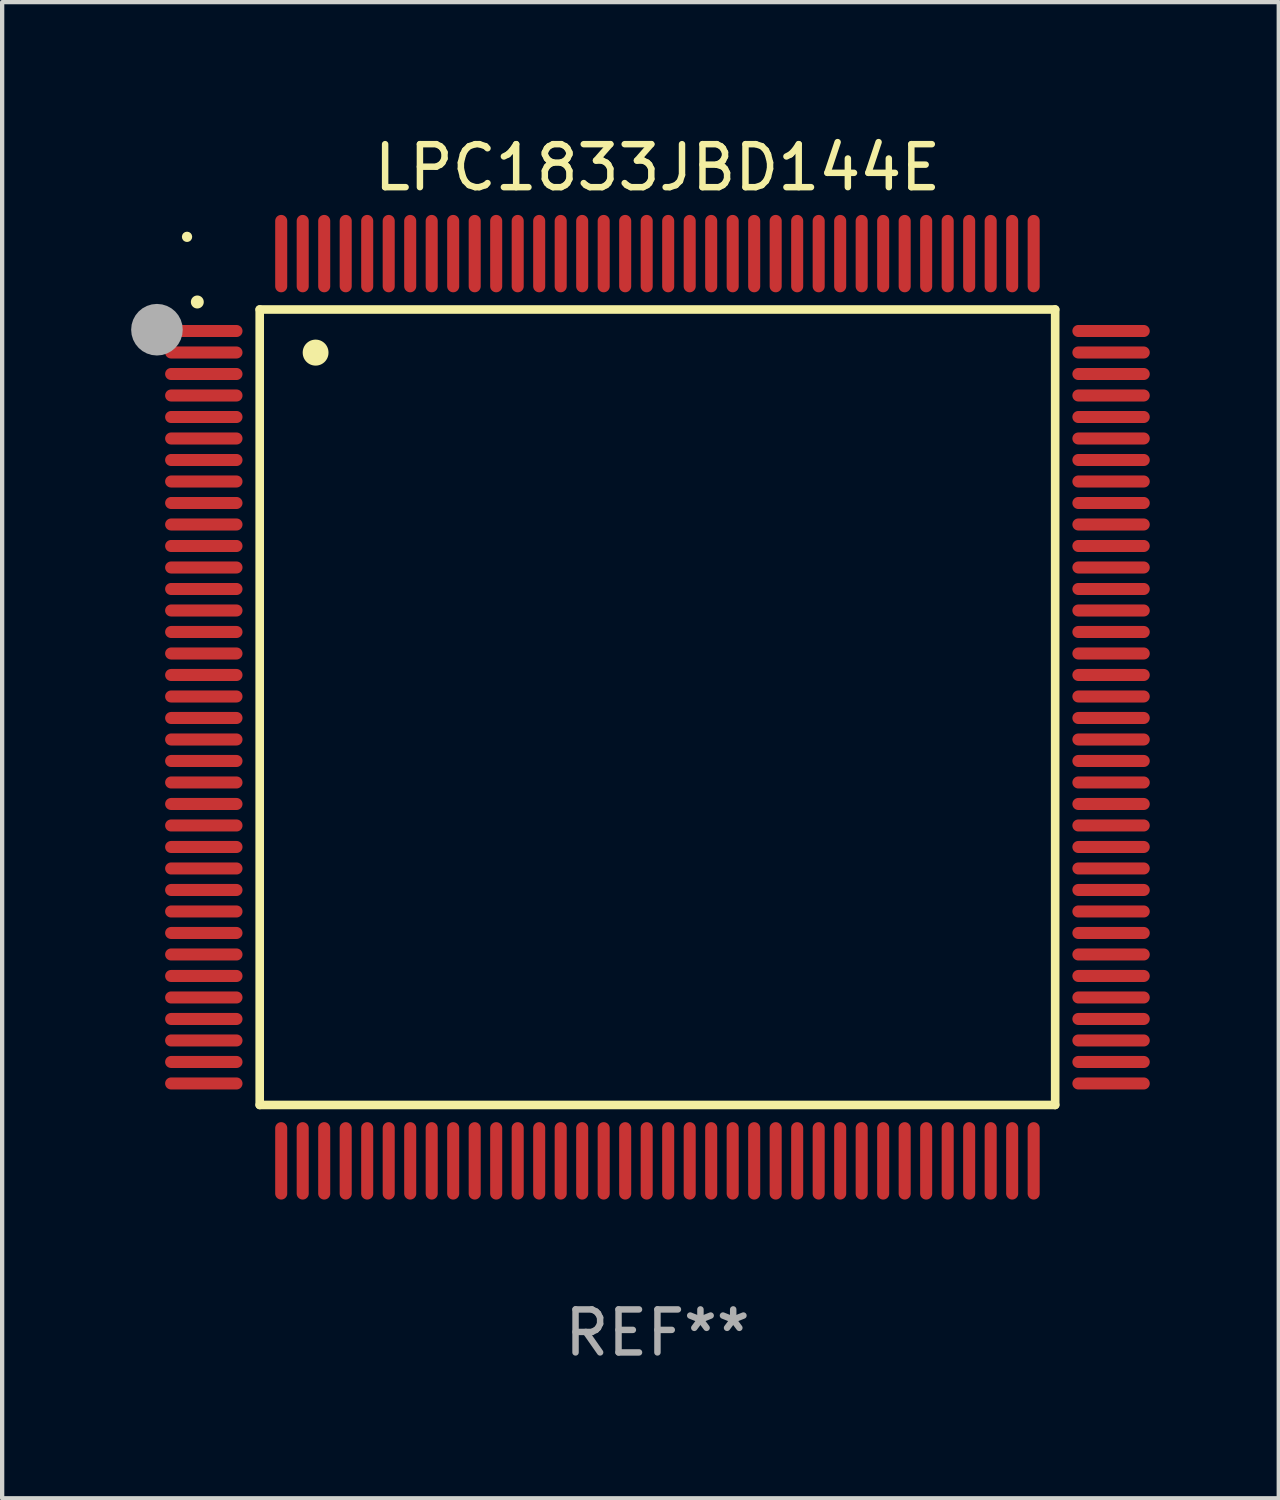
<source format=kicad_pcb>
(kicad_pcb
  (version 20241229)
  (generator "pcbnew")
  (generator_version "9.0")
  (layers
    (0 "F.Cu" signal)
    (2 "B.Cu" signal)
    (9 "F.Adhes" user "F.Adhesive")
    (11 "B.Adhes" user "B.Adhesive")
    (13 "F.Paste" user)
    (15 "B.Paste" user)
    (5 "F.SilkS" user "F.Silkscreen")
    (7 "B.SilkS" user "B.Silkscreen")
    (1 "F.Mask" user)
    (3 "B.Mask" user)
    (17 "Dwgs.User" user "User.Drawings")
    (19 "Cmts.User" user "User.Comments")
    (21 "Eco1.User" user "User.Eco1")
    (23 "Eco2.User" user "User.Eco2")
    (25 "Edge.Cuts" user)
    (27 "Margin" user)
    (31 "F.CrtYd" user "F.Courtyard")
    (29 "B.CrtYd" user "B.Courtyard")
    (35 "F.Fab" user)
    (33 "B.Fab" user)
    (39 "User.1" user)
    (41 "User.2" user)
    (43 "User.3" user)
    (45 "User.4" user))
  (footprint "LPC1833JBD144E"
    (layer "F.Cu")
    (at 12.24 13.398)
    (property "Reference" "LPC1833JBD144E" (at 0 -12.55 0) (layer "F.SilkS") (effects (font (size 1 1) (thickness 0.15))))
    (attr through_hole)
    (fp_line (start -9.25 -9.25) (end 9.25 -9.25) (stroke (width 0.2) (type solid)) (layer "F.SilkS"))
    (fp_line (start -9.25 9.25) (end -9.25 -9.25) (stroke (width 0.2) (type solid)) (layer "F.SilkS"))
    (fp_line (start 9.25 -9.25) (end 9.25 9.25) (stroke (width 0.2) (type solid)) (layer "F.SilkS"))
    (fp_line (start 9.25 9.25) (end -9.25 9.25) (stroke (width 0.2) (type solid)) (layer "F.SilkS"))
    (fp_arc (start -10.701041 -9.423419) (mid -10.701046 -9.424689) (end -10.701041 -9.425959) (stroke (width 0.3) (type solid)) (layer "F.SilkS"))
    (fp_arc (start -7.950216 -8.244856) (mid -7.950227 -8.247396) (end -7.950216 -8.249936) (stroke (width 0.6) (type solid)) (layer "F.SilkS"))
    (fp_circle (center -10.94 -10.94) (end -10.88 -10.94) (stroke (width 0.12) (type solid)) (fill no) (layer "F.SilkS"))
    (fp_circle (center -11.64 -8.78) (end -11.34 -8.78) (stroke (width 0.6) (type solid)) (fill no) (layer "F.Fab"))
    (fp_text user "REF**" (at 0 14.55 0) (layer "F.Fab") (effects (font (size 1 1) (thickness 0.15))))
    (pad "1" smd oval (at -10.55 -8.75 90) (size 0.28 1.8) (layers "F.Cu" "F.Mask" "F.Paste"))
    (pad "2" smd oval (at -10.55 -8.25 90) (size 0.28 1.8) (layers "F.Cu" "F.Mask" "F.Paste"))
    (pad "3" smd oval (at -10.55 -7.75 90) (size 0.28 1.8) (layers "F.Cu" "F.Mask" "F.Paste"))
    (pad "4" smd oval (at -10.55 -7.25 90) (size 0.28 1.8) (layers "F.Cu" "F.Mask" "F.Paste"))
    (pad "5" smd oval (at -10.55 -6.75 90) (size 0.28 1.8) (layers "F.Cu" "F.Mask" "F.Paste"))
    (pad "6" smd oval (at -10.55 -6.25 90) (size 0.28 1.8) (layers "F.Cu" "F.Mask" "F.Paste"))
    (pad "7" smd oval (at -10.55 -5.75 90) (size 0.28 1.8) (layers "F.Cu" "F.Mask" "F.Paste"))
    (pad "8" smd oval (at -10.55 -5.25 90) (size 0.28 1.8) (layers "F.Cu" "F.Mask" "F.Paste"))
    (pad "9" smd oval (at -10.55 -4.75 90) (size 0.28 1.8) (layers "F.Cu" "F.Mask" "F.Paste"))
    (pad "10" smd oval (at -10.55 -4.25 90) (size 0.28 1.8) (layers "F.Cu" "F.Mask" "F.Paste"))
    (pad "11" smd oval (at -10.55 -3.75 90) (size 0.28 1.8) (layers "F.Cu" "F.Mask" "F.Paste"))
    (pad "12" smd oval (at -10.55 -3.25 90) (size 0.28 1.8) (layers "F.Cu" "F.Mask" "F.Paste"))
    (pad "13" smd oval (at -10.55 -2.75 90) (size 0.28 1.8) (layers "F.Cu" "F.Mask" "F.Paste"))
    (pad "14" smd oval (at -10.55 -2.25 90) (size 0.28 1.8) (layers "F.Cu" "F.Mask" "F.Paste"))
    (pad "15" smd oval (at -10.55 -1.75 90) (size 0.28 1.8) (layers "F.Cu" "F.Mask" "F.Paste"))
    (pad "16" smd oval (at -10.55 -1.25 90) (size 0.28 1.8) (layers "F.Cu" "F.Mask" "F.Paste"))
    (pad "17" smd oval (at -10.55 -0.75 90) (size 0.28 1.8) (layers "F.Cu" "F.Mask" "F.Paste"))
    (pad "18" smd oval (at -10.55 -0.25 90) (size 0.28 1.8) (layers "F.Cu" "F.Mask" "F.Paste"))
    (pad "19" smd oval (at -10.55 0.25 90) (size 0.28 1.8) (layers "F.Cu" "F.Mask" "F.Paste"))
    (pad "20" smd oval (at -10.55 0.75 90) (size 0.28 1.8) (layers "F.Cu" "F.Mask" "F.Paste"))
    (pad "21" smd oval (at -10.55 1.25 90) (size 0.28 1.8) (layers "F.Cu" "F.Mask" "F.Paste"))
    (pad "22" smd oval (at -10.55 1.75 90) (size 0.28 1.8) (layers "F.Cu" "F.Mask" "F.Paste"))
    (pad "23" smd oval (at -10.55 2.25 90) (size 0.28 1.8) (layers "F.Cu" "F.Mask" "F.Paste"))
    (pad "24" smd oval (at -10.55 2.75 90) (size 0.28 1.8) (layers "F.Cu" "F.Mask" "F.Paste"))
    (pad "25" smd oval (at -10.55 3.25 90) (size 0.28 1.8) (layers "F.Cu" "F.Mask" "F.Paste"))
    (pad "26" smd oval (at -10.55 3.75 90) (size 0.28 1.8) (layers "F.Cu" "F.Mask" "F.Paste"))
    (pad "27" smd oval (at -10.55 4.25 90) (size 0.28 1.8) (layers "F.Cu" "F.Mask" "F.Paste"))
    (pad "28" smd oval (at -10.55 4.75 90) (size 0.28 1.8) (layers "F.Cu" "F.Mask" "F.Paste"))
    (pad "29" smd oval (at -10.55 5.25 90) (size 0.28 1.8) (layers "F.Cu" "F.Mask" "F.Paste"))
    (pad "30" smd oval (at -10.55 5.75 90) (size 0.28 1.8) (layers "F.Cu" "F.Mask" "F.Paste"))
    (pad "31" smd oval (at -10.55 6.25 90) (size 0.28 1.8) (layers "F.Cu" "F.Mask" "F.Paste"))
    (pad "32" smd oval (at -10.55 6.75 90) (size 0.28 1.8) (layers "F.Cu" "F.Mask" "F.Paste"))
    (pad "33" smd oval (at -10.55 7.25 90) (size 0.28 1.8) (layers "F.Cu" "F.Mask" "F.Paste"))
    (pad "34" smd oval (at -10.55 7.75 90) (size 0.28 1.8) (layers "F.Cu" "F.Mask" "F.Paste"))
    (pad "35" smd oval (at -10.55 8.25 90) (size 0.28 1.8) (layers "F.Cu" "F.Mask" "F.Paste"))
    (pad "36" smd oval (at -10.55 8.75 90) (size 0.28 1.8) (layers "F.Cu" "F.Mask" "F.Paste"))
    (pad "37" smd oval (at -8.75 10.55) (size 0.28 1.8) (layers "F.Cu" "F.Mask" "F.Paste"))
    (pad "38" smd oval (at -8.25 10.55) (size 0.28 1.8) (layers "F.Cu" "F.Mask" "F.Paste"))
    (pad "39" smd oval (at -7.75 10.55) (size 0.28 1.8) (layers "F.Cu" "F.Mask" "F.Paste"))
    (pad "40" smd oval (at -7.25 10.55) (size 0.28 1.8) (layers "F.Cu" "F.Mask" "F.Paste"))
    (pad "41" smd oval (at -6.75 10.55) (size 0.28 1.8) (layers "F.Cu" "F.Mask" "F.Paste"))
    (pad "42" smd oval (at -6.25 10.55) (size 0.28 1.8) (layers "F.Cu" "F.Mask" "F.Paste"))
    (pad "43" smd oval (at -5.75 10.55) (size 0.28 1.8) (layers "F.Cu" "F.Mask" "F.Paste"))
    (pad "44" smd oval (at -5.25 10.55) (size 0.28 1.8) (layers "F.Cu" "F.Mask" "F.Paste"))
    (pad "45" smd oval (at -4.75 10.55) (size 0.28 1.8) (layers "F.Cu" "F.Mask" "F.Paste"))
    (pad "46" smd oval (at -4.25 10.55) (size 0.28 1.8) (layers "F.Cu" "F.Mask" "F.Paste"))
    (pad "47" smd oval (at -3.75 10.55) (size 0.28 1.8) (layers "F.Cu" "F.Mask" "F.Paste"))
    (pad "48" smd oval (at -3.25 10.55) (size 0.28 1.8) (layers "F.Cu" "F.Mask" "F.Paste"))
    (pad "49" smd oval (at -2.75 10.55) (size 0.28 1.8) (layers "F.Cu" "F.Mask" "F.Paste"))
    (pad "50" smd oval (at -2.25 10.55) (size 0.28 1.8) (layers "F.Cu" "F.Mask" "F.Paste"))
    (pad "51" smd oval (at -1.75 10.55) (size 0.28 1.8) (layers "F.Cu" "F.Mask" "F.Paste"))
    (pad "52" smd oval (at -1.25 10.55) (size 0.28 1.8) (layers "F.Cu" "F.Mask" "F.Paste"))
    (pad "53" smd oval (at -0.75 10.55) (size 0.28 1.8) (layers "F.Cu" "F.Mask" "F.Paste"))
    (pad "54" smd oval (at -0.25 10.55) (size 0.28 1.8) (layers "F.Cu" "F.Mask" "F.Paste"))
    (pad "55" smd oval (at 0.25 10.55) (size 0.28 1.8) (layers "F.Cu" "F.Mask" "F.Paste"))
    (pad "56" smd oval (at 0.75 10.55) (size 0.28 1.8) (layers "F.Cu" "F.Mask" "F.Paste"))
    (pad "57" smd oval (at 1.25 10.55) (size 0.28 1.8) (layers "F.Cu" "F.Mask" "F.Paste"))
    (pad "58" smd oval (at 1.75 10.55) (size 0.28 1.8) (layers "F.Cu" "F.Mask" "F.Paste"))
    (pad "59" smd oval (at 2.25 10.55) (size 0.28 1.8) (layers "F.Cu" "F.Mask" "F.Paste"))
    (pad "60" smd oval (at 2.75 10.55) (size 0.28 1.8) (layers "F.Cu" "F.Mask" "F.Paste"))
    (pad "61" smd oval (at 3.25 10.55) (size 0.28 1.8) (layers "F.Cu" "F.Mask" "F.Paste"))
    (pad "62" smd oval (at 3.75 10.55) (size 0.28 1.8) (layers "F.Cu" "F.Mask" "F.Paste"))
    (pad "63" smd oval (at 4.25 10.55) (size 0.28 1.8) (layers "F.Cu" "F.Mask" "F.Paste"))
    (pad "64" smd oval (at 4.75 10.55) (size 0.28 1.8) (layers "F.Cu" "F.Mask" "F.Paste"))
    (pad "65" smd oval (at 5.25 10.55) (size 0.28 1.8) (layers "F.Cu" "F.Mask" "F.Paste"))
    (pad "66" smd oval (at 5.75 10.55) (size 0.28 1.8) (layers "F.Cu" "F.Mask" "F.Paste"))
    (pad "67" smd oval (at 6.25 10.55) (size 0.28 1.8) (layers "F.Cu" "F.Mask" "F.Paste"))
    (pad "68" smd oval (at 6.75 10.55) (size 0.28 1.8) (layers "F.Cu" "F.Mask" "F.Paste"))
    (pad "69" smd oval (at 7.25 10.55) (size 0.28 1.8) (layers "F.Cu" "F.Mask" "F.Paste"))
    (pad "70" smd oval (at 7.75 10.55) (size 0.28 1.8) (layers "F.Cu" "F.Mask" "F.Paste"))
    (pad "71" smd oval (at 8.25 10.55) (size 0.28 1.8) (layers "F.Cu" "F.Mask" "F.Paste"))
    (pad "72" smd oval (at 8.75 10.55) (size 0.28 1.8) (layers "F.Cu" "F.Mask" "F.Paste"))
    (pad "73" smd oval (at 10.55 8.75 90) (size 0.28 1.8) (layers "F.Cu" "F.Mask" "F.Paste"))
    (pad "74" smd oval (at 10.55 8.25 90) (size 0.28 1.8) (layers "F.Cu" "F.Mask" "F.Paste"))
    (pad "75" smd oval (at 10.55 7.75 90) (size 0.28 1.8) (layers "F.Cu" "F.Mask" "F.Paste"))
    (pad "76" smd oval (at 10.55 7.25 90) (size 0.28 1.8) (layers "F.Cu" "F.Mask" "F.Paste"))
    (pad "77" smd oval (at 10.55 6.75 90) (size 0.28 1.8) (layers "F.Cu" "F.Mask" "F.Paste"))
    (pad "78" smd oval (at 10.55 6.25 90) (size 0.28 1.8) (layers "F.Cu" "F.Mask" "F.Paste"))
    (pad "79" smd oval (at 10.55 5.75 90) (size 0.28 1.8) (layers "F.Cu" "F.Mask" "F.Paste"))
    (pad "80" smd oval (at 10.55 5.25 90) (size 0.28 1.8) (layers "F.Cu" "F.Mask" "F.Paste"))
    (pad "81" smd oval (at 10.55 4.75 90) (size 0.28 1.8) (layers "F.Cu" "F.Mask" "F.Paste"))
    (pad "82" smd oval (at 10.55 4.25 90) (size 0.28 1.8) (layers "F.Cu" "F.Mask" "F.Paste"))
    (pad "83" smd oval (at 10.55 3.75 90) (size 0.28 1.8) (layers "F.Cu" "F.Mask" "F.Paste"))
    (pad "84" smd oval (at 10.55 3.25 90) (size 0.28 1.8) (layers "F.Cu" "F.Mask" "F.Paste"))
    (pad "85" smd oval (at 10.55 2.75 90) (size 0.28 1.8) (layers "F.Cu" "F.Mask" "F.Paste"))
    (pad "86" smd oval (at 10.55 2.25 90) (size 0.28 1.8) (layers "F.Cu" "F.Mask" "F.Paste"))
    (pad "87" smd oval (at 10.55 1.75 90) (size 0.28 1.8) (layers "F.Cu" "F.Mask" "F.Paste"))
    (pad "88" smd oval (at 10.55 1.25 90) (size 0.28 1.8) (layers "F.Cu" "F.Mask" "F.Paste"))
    (pad "89" smd oval (at 10.55 0.75 90) (size 0.28 1.8) (layers "F.Cu" "F.Mask" "F.Paste"))
    (pad "90" smd oval (at 10.55 0.25 90) (size 0.28 1.8) (layers "F.Cu" "F.Mask" "F.Paste"))
    (pad "91" smd oval (at 10.55 -0.25 90) (size 0.28 1.8) (layers "F.Cu" "F.Mask" "F.Paste"))
    (pad "92" smd oval (at 10.55 -0.75 90) (size 0.28 1.8) (layers "F.Cu" "F.Mask" "F.Paste"))
    (pad "93" smd oval (at 10.55 -1.25 90) (size 0.28 1.8) (layers "F.Cu" "F.Mask" "F.Paste"))
    (pad "94" smd oval (at 10.55 -1.75 90) (size 0.28 1.8) (layers "F.Cu" "F.Mask" "F.Paste"))
    (pad "95" smd oval (at 10.55 -2.25 90) (size 0.28 1.8) (layers "F.Cu" "F.Mask" "F.Paste"))
    (pad "96" smd oval (at 10.55 -2.75 90) (size 0.28 1.8) (layers "F.Cu" "F.Mask" "F.Paste"))
    (pad "97" smd oval (at 10.55 -3.25 90) (size 0.28 1.8) (layers "F.Cu" "F.Mask" "F.Paste"))
    (pad "98" smd oval (at 10.55 -3.75 90) (size 0.28 1.8) (layers "F.Cu" "F.Mask" "F.Paste"))
    (pad "99" smd oval (at 10.55 -4.25 90) (size 0.28 1.8) (layers "F.Cu" "F.Mask" "F.Paste"))
    (pad "100" smd oval (at 10.55 -4.75 90) (size 0.28 1.8) (layers "F.Cu" "F.Mask" "F.Paste"))
    (pad "101" smd oval (at 10.55 -5.25 90) (size 0.28 1.8) (layers "F.Cu" "F.Mask" "F.Paste"))
    (pad "102" smd oval (at 10.55 -5.75 90) (size 0.28 1.8) (layers "F.Cu" "F.Mask" "F.Paste"))
    (pad "103" smd oval (at 10.55 -6.25 90) (size 0.28 1.8) (layers "F.Cu" "F.Mask" "F.Paste"))
    (pad "104" smd oval (at 10.55 -6.75 90) (size 0.28 1.8) (layers "F.Cu" "F.Mask" "F.Paste"))
    (pad "105" smd oval (at 10.55 -7.25 90) (size 0.28 1.8) (layers "F.Cu" "F.Mask" "F.Paste"))
    (pad "106" smd oval (at 10.55 -7.75 90) (size 0.28 1.8) (layers "F.Cu" "F.Mask" "F.Paste"))
    (pad "107" smd oval (at 10.55 -8.25 90) (size 0.28 1.8) (layers "F.Cu" "F.Mask" "F.Paste"))
    (pad "108" smd oval (at 10.55 -8.75 90) (size 0.28 1.8) (layers "F.Cu" "F.Mask" "F.Paste"))
    (pad "109" smd oval (at 8.75 -10.55) (size 0.28 1.8) (layers "F.Cu" "F.Mask" "F.Paste"))
    (pad "110" smd oval (at 8.25 -10.55) (size 0.28 1.8) (layers "F.Cu" "F.Mask" "F.Paste"))
    (pad "111" smd oval (at 7.75 -10.55) (size 0.28 1.8) (layers "F.Cu" "F.Mask" "F.Paste"))
    (pad "112" smd oval (at 7.25 -10.55) (size 0.28 1.8) (layers "F.Cu" "F.Mask" "F.Paste"))
    (pad "113" smd oval (at 6.75 -10.55) (size 0.28 1.8) (layers "F.Cu" "F.Mask" "F.Paste"))
    (pad "114" smd oval (at 6.25 -10.55) (size 0.28 1.8) (layers "F.Cu" "F.Mask" "F.Paste"))
    (pad "115" smd oval (at 5.75 -10.55) (size 0.28 1.8) (layers "F.Cu" "F.Mask" "F.Paste"))
    (pad "116" smd oval (at 5.25 -10.55) (size 0.28 1.8) (layers "F.Cu" "F.Mask" "F.Paste"))
    (pad "117" smd oval (at 4.75 -10.55) (size 0.28 1.8) (layers "F.Cu" "F.Mask" "F.Paste"))
    (pad "118" smd oval (at 4.25 -10.55) (size 0.28 1.8) (layers "F.Cu" "F.Mask" "F.Paste"))
    (pad "119" smd oval (at 3.75 -10.55) (size 0.28 1.8) (layers "F.Cu" "F.Mask" "F.Paste"))
    (pad "120" smd oval (at 3.25 -10.55) (size 0.28 1.8) (layers "F.Cu" "F.Mask" "F.Paste"))
    (pad "121" smd oval (at 2.75 -10.55) (size 0.28 1.8) (layers "F.Cu" "F.Mask" "F.Paste"))
    (pad "122" smd oval (at 2.25 -10.55) (size 0.28 1.8) (layers "F.Cu" "F.Mask" "F.Paste"))
    (pad "123" smd oval (at 1.75 -10.55) (size 0.28 1.8) (layers "F.Cu" "F.Mask" "F.Paste"))
    (pad "124" smd oval (at 1.25 -10.55) (size 0.28 1.8) (layers "F.Cu" "F.Mask" "F.Paste"))
    (pad "125" smd oval (at 0.75 -10.55) (size 0.28 1.8) (layers "F.Cu" "F.Mask" "F.Paste"))
    (pad "126" smd oval (at 0.25 -10.55) (size 0.28 1.8) (layers "F.Cu" "F.Mask" "F.Paste"))
    (pad "127" smd oval (at -0.25 -10.55) (size 0.28 1.8) (layers "F.Cu" "F.Mask" "F.Paste"))
    (pad "128" smd oval (at -0.75 -10.55) (size 0.28 1.8) (layers "F.Cu" "F.Mask" "F.Paste"))
    (pad "129" smd oval (at -1.25 -10.55) (size 0.28 1.8) (layers "F.Cu" "F.Mask" "F.Paste"))
    (pad "130" smd oval (at -1.75 -10.55) (size 0.28 1.8) (layers "F.Cu" "F.Mask" "F.Paste"))
    (pad "131" smd oval (at -2.25 -10.55) (size 0.28 1.8) (layers "F.Cu" "F.Mask" "F.Paste"))
    (pad "132" smd oval (at -2.75 -10.55) (size 0.28 1.8) (layers "F.Cu" "F.Mask" "F.Paste"))
    (pad "133" smd oval (at -3.25 -10.55) (size 0.28 1.8) (layers "F.Cu" "F.Mask" "F.Paste"))
    (pad "134" smd oval (at -3.75 -10.55) (size 0.28 1.8) (layers "F.Cu" "F.Mask" "F.Paste"))
    (pad "135" smd oval (at -4.25 -10.55) (size 0.28 1.8) (layers "F.Cu" "F.Mask" "F.Paste"))
    (pad "136" smd oval (at -4.75 -10.55) (size 0.28 1.8) (layers "F.Cu" "F.Mask" "F.Paste"))
    (pad "137" smd oval (at -5.25 -10.55) (size 0.28 1.8) (layers "F.Cu" "F.Mask" "F.Paste"))
    (pad "138" smd oval (at -5.75 -10.55) (size 0.28 1.8) (layers "F.Cu" "F.Mask" "F.Paste"))
    (pad "139" smd oval (at -6.25 -10.55) (size 0.28 1.8) (layers "F.Cu" "F.Mask" "F.Paste"))
    (pad "140" smd oval (at -6.75 -10.55) (size 0.28 1.8) (layers "F.Cu" "F.Mask" "F.Paste"))
    (pad "141" smd oval (at -7.25 -10.55) (size 0.28 1.8) (layers "F.Cu" "F.Mask" "F.Paste"))
    (pad "142" smd oval (at -7.75 -10.55) (size 0.28 1.8) (layers "F.Cu" "F.Mask" "F.Paste"))
    (pad "143" smd oval (at -8.25 -10.55) (size 0.28 1.8) (layers "F.Cu" "F.Mask" "F.Paste"))
    (pad "144" smd oval (at -8.75 -10.55) (size 0.28 1.8) (layers "F.Cu" "F.Mask" "F.Paste")))
  (gr_rect
    (start -3 -3)
    (end 26.69 31.796)
    (stroke (width 0.1) (type default))
    (fill no)
    (layer "Edge.Cuts")))
</source>
